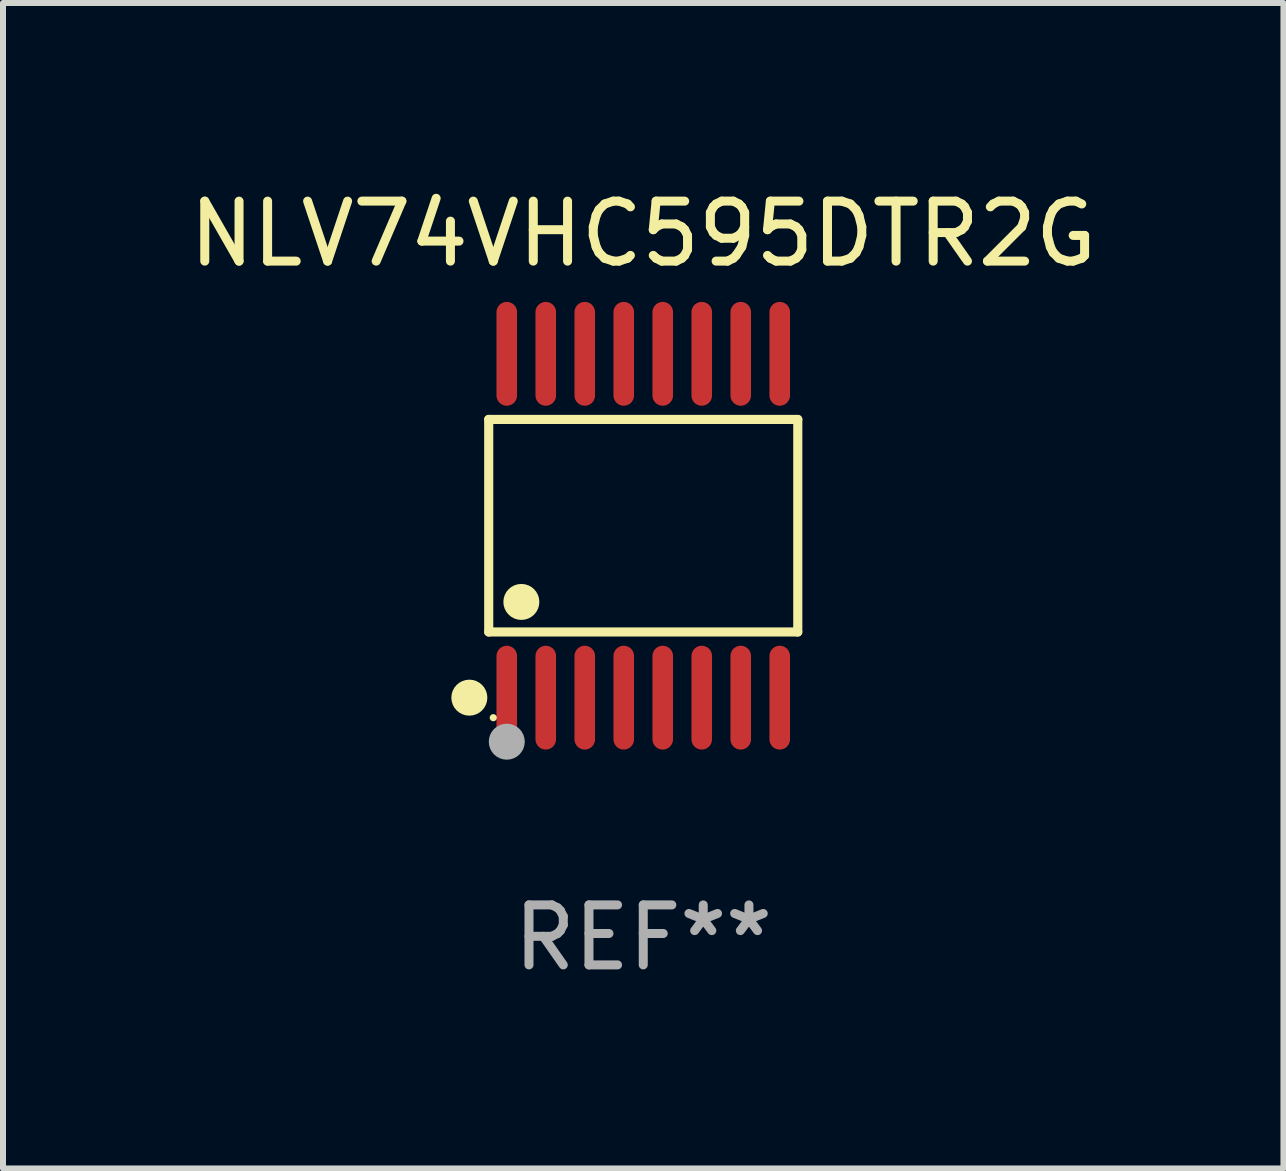
<source format=kicad_pcb>
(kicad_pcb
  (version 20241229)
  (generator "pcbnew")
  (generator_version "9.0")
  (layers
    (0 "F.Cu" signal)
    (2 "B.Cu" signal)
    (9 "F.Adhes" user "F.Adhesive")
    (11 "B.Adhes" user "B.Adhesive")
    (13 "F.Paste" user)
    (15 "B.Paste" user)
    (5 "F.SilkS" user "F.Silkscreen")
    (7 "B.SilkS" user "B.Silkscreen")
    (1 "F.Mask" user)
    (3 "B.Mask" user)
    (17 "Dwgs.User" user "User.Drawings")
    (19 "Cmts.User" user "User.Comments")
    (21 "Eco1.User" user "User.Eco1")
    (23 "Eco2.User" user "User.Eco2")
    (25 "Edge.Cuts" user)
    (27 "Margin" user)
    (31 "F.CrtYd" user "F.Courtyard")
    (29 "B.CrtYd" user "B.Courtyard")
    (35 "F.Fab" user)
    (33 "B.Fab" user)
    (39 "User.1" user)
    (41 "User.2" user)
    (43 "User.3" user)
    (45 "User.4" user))
  (footprint "NLV74VHC595DTR2G"
    (layer "F.Cu")
    (at 7.673 5.714)
    (property "Reference" "NLV74VHC595DTR2G" (at 0 -4.866 0) (layer "F.SilkS") (effects (font (size 1 1) (thickness 0.15))))
    (attr through_hole)
    (fp_line (start -2.576 -1.772) (end 2.576 -1.772) (stroke (width 0.152) (type solid)) (layer "F.SilkS"))
    (fp_line (start -2.576 1.771) (end -2.576 -1.772) (stroke (width 0.152) (type solid)) (layer "F.SilkS"))
    (fp_line (start 2.576 -1.772) (end 2.576 1.771) (stroke (width 0.152) (type solid)) (layer "F.SilkS"))
    (fp_line (start 2.576 1.771) (end -2.576 1.771) (stroke (width 0.152) (type solid)) (layer "F.SilkS"))
    (fp_circle (center -2.899 2.866) (end -2.749 2.866) (stroke (width 0.3) (type solid)) (fill no) (layer "F.SilkS"))
    (fp_circle (center -2.5 3.2) (end -2.47 3.2) (stroke (width 0.06) (type solid)) (fill no) (layer "F.SilkS"))
    (fp_circle (center -2.032 1.27) (end -1.882 1.27) (stroke (width 0.3) (type solid)) (fill no) (layer "F.SilkS"))
    (fp_circle (center -2.275 3.6) (end -2.125 3.6) (stroke (width 0.3) (type solid)) (fill no) (layer "F.Fab"))
    (fp_text user "REF**" (at 0 6.866 0) (layer "F.Fab") (effects (font (size 1 1) (thickness 0.15))))
    (pad "1" smd oval (at -2.275 2.866) (size 0.343 1.731) (layers "F.Cu" "F.Mask" "F.Paste"))
    (pad "2" smd oval (at -1.625 2.866) (size 0.343 1.731) (layers "F.Cu" "F.Mask" "F.Paste"))
    (pad "3" smd oval (at -0.975 2.866) (size 0.343 1.731) (layers "F.Cu" "F.Mask" "F.Paste"))
    (pad "4" smd oval (at -0.325 2.866) (size 0.343 1.731) (layers "F.Cu" "F.Mask" "F.Paste"))
    (pad "5" smd oval (at 0.325 2.866) (size 0.343 1.731) (layers "F.Cu" "F.Mask" "F.Paste"))
    (pad "6" smd oval (at 0.975 2.866) (size 0.343 1.731) (layers "F.Cu" "F.Mask" "F.Paste"))
    (pad "7" smd oval (at 1.625 2.866) (size 0.343 1.731) (layers "F.Cu" "F.Mask" "F.Paste"))
    (pad "8" smd oval (at 2.275 2.866) (size 0.343 1.731) (layers "F.Cu" "F.Mask" "F.Paste"))
    (pad "9" smd oval (at 2.275 -2.866) (size 0.343 1.731) (layers "F.Cu" "F.Mask" "F.Paste"))
    (pad "10" smd oval (at 1.625 -2.866) (size 0.343 1.731) (layers "F.Cu" "F.Mask" "F.Paste"))
    (pad "11" smd oval (at 0.975 -2.866) (size 0.343 1.731) (layers "F.Cu" "F.Mask" "F.Paste"))
    (pad "12" smd oval (at 0.325 -2.866) (size 0.343 1.731) (layers "F.Cu" "F.Mask" "F.Paste"))
    (pad "13" smd oval (at -0.325 -2.866) (size 0.343 1.731) (layers "F.Cu" "F.Mask" "F.Paste"))
    (pad "14" smd oval (at -0.975 -2.866) (size 0.343 1.731) (layers "F.Cu" "F.Mask" "F.Paste"))
    (pad "15" smd oval (at -1.625 -2.866) (size 0.343 1.731) (layers "F.Cu" "F.Mask" "F.Paste"))
    (pad "16" smd oval (at -2.275 -2.866) (size 0.343 1.731) (layers "F.Cu" "F.Mask" "F.Paste")))
  (gr_rect
    (start -3 -3)
    (end 18.345 16.428)
    (stroke (width 0.1) (type default))
    (fill no)
    (layer "Edge.Cuts")))
</source>
